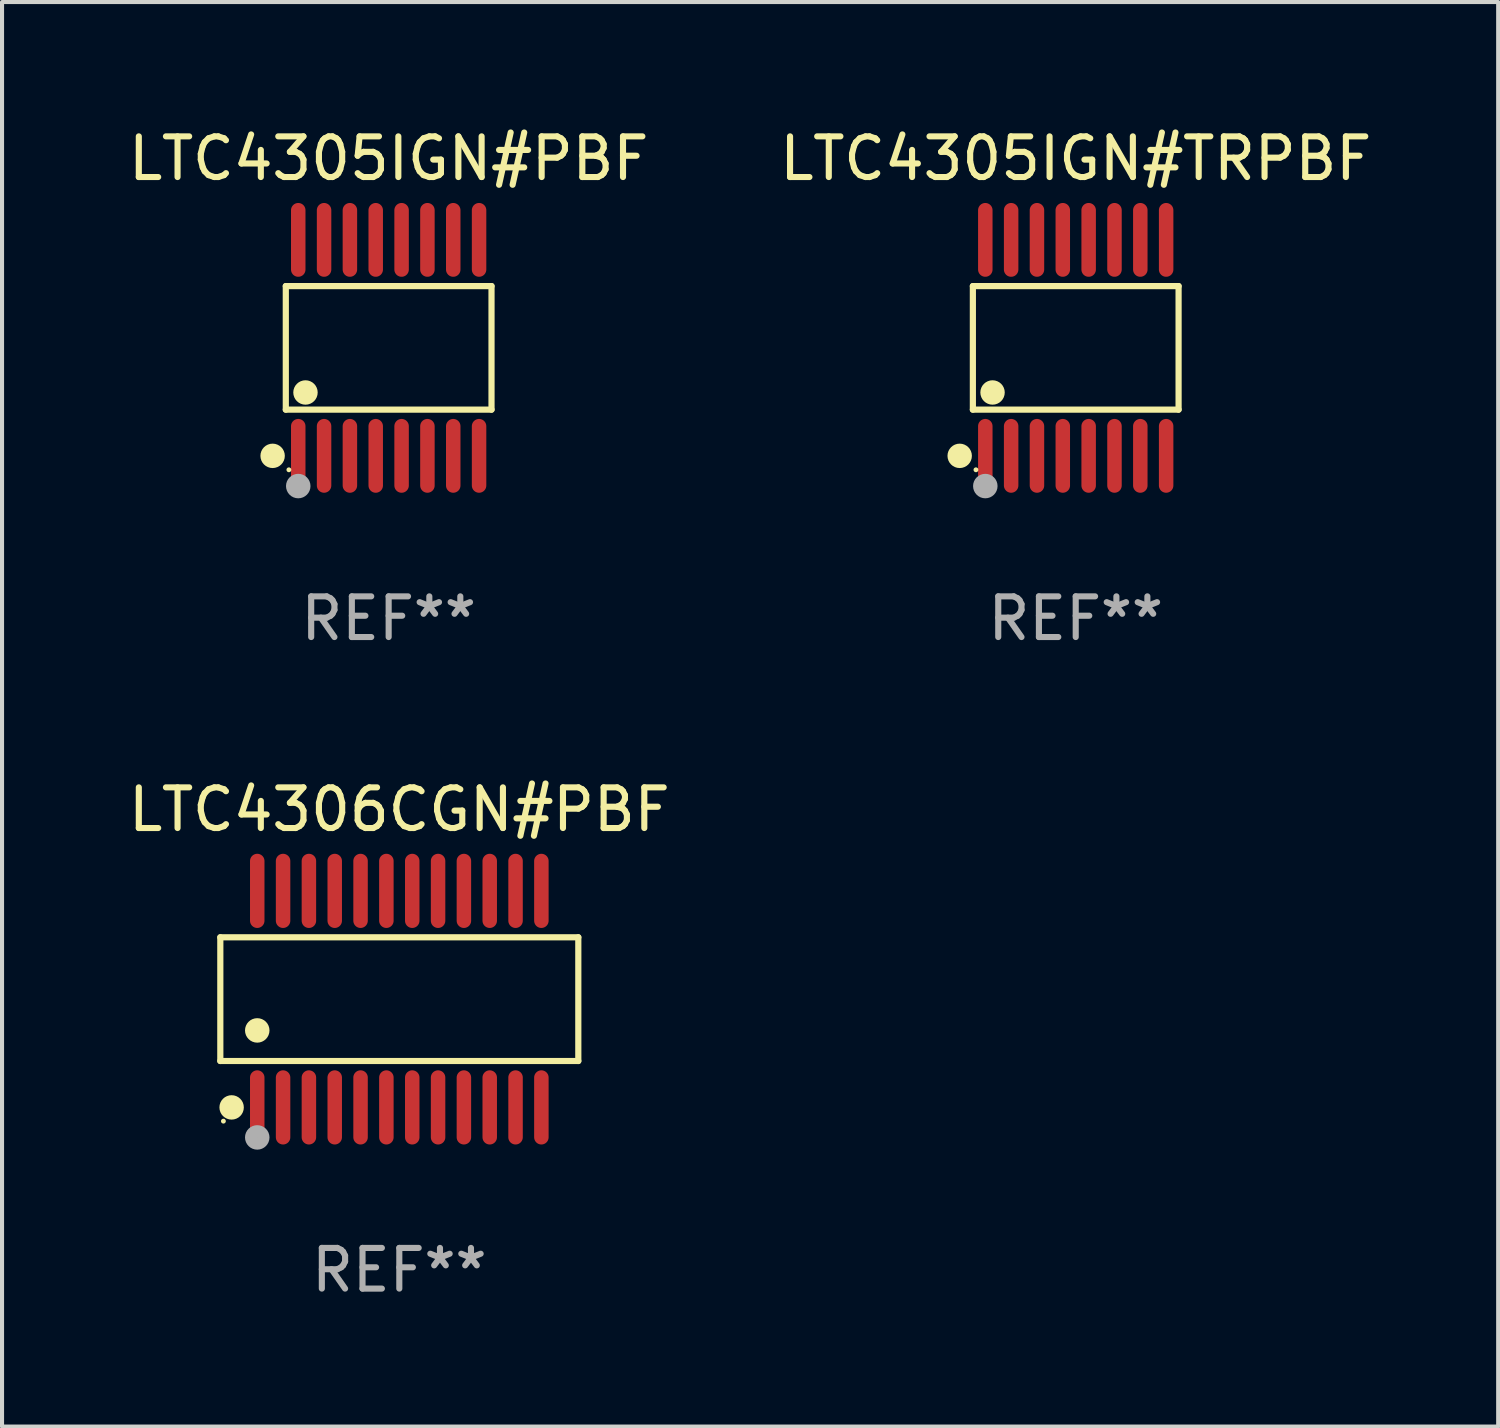
<source format=kicad_pcb>
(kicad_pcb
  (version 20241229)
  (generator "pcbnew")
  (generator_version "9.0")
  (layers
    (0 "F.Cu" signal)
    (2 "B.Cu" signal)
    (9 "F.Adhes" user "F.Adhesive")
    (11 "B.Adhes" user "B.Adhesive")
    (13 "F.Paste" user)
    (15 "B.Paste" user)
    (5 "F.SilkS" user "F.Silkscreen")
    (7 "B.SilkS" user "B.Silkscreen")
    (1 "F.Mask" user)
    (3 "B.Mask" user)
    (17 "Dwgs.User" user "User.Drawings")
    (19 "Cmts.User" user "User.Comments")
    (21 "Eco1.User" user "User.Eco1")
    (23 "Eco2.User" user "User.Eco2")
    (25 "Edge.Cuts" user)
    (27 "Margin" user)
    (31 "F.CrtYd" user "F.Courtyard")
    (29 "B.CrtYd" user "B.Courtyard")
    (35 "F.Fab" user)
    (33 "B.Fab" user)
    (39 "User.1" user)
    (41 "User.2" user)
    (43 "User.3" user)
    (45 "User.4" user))
  (footprint "LTC4305IGN#PBF"
    (layer "F.Cu")
    (at 6.506 5.503)
    (property "Reference" "LTC4305IGN#PBF" (at 0 -4.655 0) (layer "F.SilkS") (effects (font (size 1 1) (thickness 0.15))))
    (attr through_hole)
    (fp_line (start -2.529 -1.519) (end 2.529 -1.519) (stroke (width 0.152) (type solid)) (layer "F.SilkS"))
    (fp_line (start -2.529 1.519) (end -2.529 -1.519) (stroke (width 0.152) (type solid)) (layer "F.SilkS"))
    (fp_line (start 2.529 -1.519) (end 2.529 1.519) (stroke (width 0.152) (type solid)) (layer "F.SilkS"))
    (fp_line (start 2.529 1.519) (end -2.529 1.519) (stroke (width 0.152) (type solid)) (layer "F.SilkS"))
    (fp_circle (center -2.853 2.655) (end -2.703 2.655) (stroke (width 0.3) (type solid)) (fill no) (layer "F.SilkS"))
    (fp_circle (center -2.453 2.998) (end -2.423 2.998) (stroke (width 0.06) (type solid)) (fill no) (layer "F.SilkS"))
    (fp_circle (center -2.045 1.097) (end -1.895 1.097) (stroke (width 0.3) (type solid)) (fill no) (layer "F.SilkS"))
    (fp_circle (center -2.223 3.398) (end -2.072 3.398) (stroke (width 0.3) (type solid)) (fill no) (layer "F.Fab"))
    (fp_text user "REF**" (at 0 6.655 0) (layer "F.Fab") (effects (font (size 1 1) (thickness 0.15))))
    (pad "1" smd oval (at -2.223 2.655) (size 0.356 1.815) (layers "F.Cu" "F.Mask" "F.Paste"))
    (pad "2" smd oval (at -1.588 2.655) (size 0.356 1.815) (layers "F.Cu" "F.Mask" "F.Paste"))
    (pad "3" smd oval (at -0.953 2.655) (size 0.356 1.815) (layers "F.Cu" "F.Mask" "F.Paste"))
    (pad "4" smd oval (at -0.318 2.655) (size 0.356 1.815) (layers "F.Cu" "F.Mask" "F.Paste"))
    (pad "5" smd oval (at 0.318 2.655) (size 0.356 1.815) (layers "F.Cu" "F.Mask" "F.Paste"))
    (pad "6" smd oval (at 0.953 2.655) (size 0.356 1.815) (layers "F.Cu" "F.Mask" "F.Paste"))
    (pad "7" smd oval (at 1.588 2.655) (size 0.356 1.815) (layers "F.Cu" "F.Mask" "F.Paste"))
    (pad "8" smd oval (at 2.223 2.655) (size 0.356 1.815) (layers "F.Cu" "F.Mask" "F.Paste"))
    (pad "9" smd oval (at 2.223 -2.655) (size 0.356 1.815) (layers "F.Cu" "F.Mask" "F.Paste"))
    (pad "10" smd oval (at 1.588 -2.655) (size 0.356 1.815) (layers "F.Cu" "F.Mask" "F.Paste"))
    (pad "11" smd oval (at 0.953 -2.655) (size 0.356 1.815) (layers "F.Cu" "F.Mask" "F.Paste"))
    (pad "12" smd oval (at 0.318 -2.655) (size 0.356 1.815) (layers "F.Cu" "F.Mask" "F.Paste"))
    (pad "13" smd oval (at -0.318 -2.655) (size 0.356 1.815) (layers "F.Cu" "F.Mask" "F.Paste"))
    (pad "14" smd oval (at -0.953 -2.655) (size 0.356 1.815) (layers "F.Cu" "F.Mask" "F.Paste"))
    (pad "15" smd oval (at -1.588 -2.655) (size 0.356 1.815) (layers "F.Cu" "F.Mask" "F.Paste"))
    (pad "16" smd oval (at -2.223 -2.655) (size 0.356 1.815) (layers "F.Cu" "F.Mask" "F.Paste")))
  (footprint "LTC4306CGN#PBF"
    (layer "F.Cu")
    (at 6.768 21.516)
    (property "Reference" "LTC4306CGN#PBF" (at 0 -4.662 0) (layer "F.SilkS") (effects (font (size 1 1) (thickness 0.15))))
    (attr through_hole)
    (fp_line (start -4.401 -1.521) (end 4.401 -1.521) (stroke (width 0.152) (type solid)) (layer "F.SilkS"))
    (fp_line (start -4.401 1.521) (end -4.401 -1.521) (stroke (width 0.152) (type solid)) (layer "F.SilkS"))
    (fp_line (start 4.401 -1.521) (end 4.401 1.521) (stroke (width 0.152) (type solid)) (layer "F.SilkS"))
    (fp_line (start 4.401 1.521) (end -4.401 1.521) (stroke (width 0.152) (type solid)) (layer "F.SilkS"))
    (fp_circle (center -4.325 3) (end -4.295 3) (stroke (width 0.06) (type solid)) (fill no) (layer "F.SilkS"))
    (fp_circle (center -4.123 2.662) (end -3.973 2.662) (stroke (width 0.3) (type solid)) (fill no) (layer "F.SilkS"))
    (fp_circle (center -3.493 0.769) (end -3.342 0.769) (stroke (width 0.3) (type solid)) (fill no) (layer "F.SilkS"))
    (fp_circle (center -3.493 3.4) (end -3.342 3.4) (stroke (width 0.3) (type solid)) (fill no) (layer "F.Fab"))
    (fp_text user "REF**" (at 0 6.662 0) (layer "F.Fab") (effects (font (size 1 1) (thickness 0.15))))
    (pad "1" smd oval (at -3.493 2.662) (size 0.356 1.824) (layers "F.Cu" "F.Mask" "F.Paste"))
    (pad "2" smd oval (at -2.858 2.662) (size 0.356 1.824) (layers "F.Cu" "F.Mask" "F.Paste"))
    (pad "3" smd oval (at -2.223 2.662) (size 0.356 1.824) (layers "F.Cu" "F.Mask" "F.Paste"))
    (pad "4" smd oval (at -1.588 2.662) (size 0.356 1.824) (layers "F.Cu" "F.Mask" "F.Paste"))
    (pad "5" smd oval (at -0.953 2.662) (size 0.356 1.824) (layers "F.Cu" "F.Mask" "F.Paste"))
    (pad "6" smd oval (at -0.318 2.662) (size 0.356 1.824) (layers "F.Cu" "F.Mask" "F.Paste"))
    (pad "7" smd oval (at 0.318 2.662) (size 0.356 1.824) (layers "F.Cu" "F.Mask" "F.Paste"))
    (pad "8" smd oval (at 0.953 2.662) (size 0.356 1.824) (layers "F.Cu" "F.Mask" "F.Paste"))
    (pad "9" smd oval (at 1.588 2.662) (size 0.356 1.824) (layers "F.Cu" "F.Mask" "F.Paste"))
    (pad "10" smd oval (at 2.223 2.662) (size 0.356 1.824) (layers "F.Cu" "F.Mask" "F.Paste"))
    (pad "11" smd oval (at 2.858 2.662) (size 0.356 1.824) (layers "F.Cu" "F.Mask" "F.Paste"))
    (pad "12" smd oval (at 3.493 2.662) (size 0.356 1.824) (layers "F.Cu" "F.Mask" "F.Paste"))
    (pad "13" smd oval (at 3.493 -2.662) (size 0.356 1.824) (layers "F.Cu" "F.Mask" "F.Paste"))
    (pad "14" smd oval (at 2.858 -2.662) (size 0.356 1.824) (layers "F.Cu" "F.Mask" "F.Paste"))
    (pad "15" smd oval (at 2.223 -2.662) (size 0.356 1.824) (layers "F.Cu" "F.Mask" "F.Paste"))
    (pad "16" smd oval (at 1.588 -2.662) (size 0.356 1.824) (layers "F.Cu" "F.Mask" "F.Paste"))
    (pad "17" smd oval (at 0.953 -2.662) (size 0.356 1.824) (layers "F.Cu" "F.Mask" "F.Paste"))
    (pad "18" smd oval (at 0.318 -2.662) (size 0.356 1.824) (layers "F.Cu" "F.Mask" "F.Paste"))
    (pad "19" smd oval (at -0.318 -2.662) (size 0.356 1.824) (layers "F.Cu" "F.Mask" "F.Paste"))
    (pad "20" smd oval (at -0.953 -2.662) (size 0.356 1.824) (layers "F.Cu" "F.Mask" "F.Paste"))
    (pad "21" smd oval (at -1.588 -2.662) (size 0.356 1.824) (layers "F.Cu" "F.Mask" "F.Paste"))
    (pad "22" smd oval (at -2.223 -2.662) (size 0.356 1.824) (layers "F.Cu" "F.Mask" "F.Paste"))
    (pad "23" smd oval (at -2.858 -2.662) (size 0.356 1.824) (layers "F.Cu" "F.Mask" "F.Paste"))
    (pad "24" smd oval (at -3.493 -2.662) (size 0.356 1.824) (layers "F.Cu" "F.Mask" "F.Paste")))
  (footprint "LTC4305IGN#TRPBF"
    (layer "F.Cu")
    (at 23.399 5.503)
    (property "Reference" "LTC4305IGN#TRPBF" (at 0 -4.655 0) (layer "F.SilkS") (effects (font (size 1 1) (thickness 0.15))))
    (attr through_hole)
    (fp_line (start -2.529 -1.519) (end 2.529 -1.519) (stroke (width 0.152) (type solid)) (layer "F.SilkS"))
    (fp_line (start -2.529 1.519) (end -2.529 -1.519) (stroke (width 0.152) (type solid)) (layer "F.SilkS"))
    (fp_line (start 2.529 -1.519) (end 2.529 1.519) (stroke (width 0.152) (type solid)) (layer "F.SilkS"))
    (fp_line (start 2.529 1.519) (end -2.529 1.519) (stroke (width 0.152) (type solid)) (layer "F.SilkS"))
    (fp_circle (center -2.853 2.655) (end -2.703 2.655) (stroke (width 0.3) (type solid)) (fill no) (layer "F.SilkS"))
    (fp_circle (center -2.453 2.998) (end -2.423 2.998) (stroke (width 0.06) (type solid)) (fill no) (layer "F.SilkS"))
    (fp_circle (center -2.045 1.097) (end -1.895 1.097) (stroke (width 0.3) (type solid)) (fill no) (layer "F.SilkS"))
    (fp_circle (center -2.223 3.398) (end -2.072 3.398) (stroke (width 0.3) (type solid)) (fill no) (layer "F.Fab"))
    (fp_text user "REF**" (at 0 6.655 0) (layer "F.Fab") (effects (font (size 1 1) (thickness 0.15))))
    (pad "1" smd oval (at -2.223 2.655) (size 0.356 1.815) (layers "F.Cu" "F.Mask" "F.Paste"))
    (pad "2" smd oval (at -1.588 2.655) (size 0.356 1.815) (layers "F.Cu" "F.Mask" "F.Paste"))
    (pad "3" smd oval (at -0.953 2.655) (size 0.356 1.815) (layers "F.Cu" "F.Mask" "F.Paste"))
    (pad "4" smd oval (at -0.318 2.655) (size 0.356 1.815) (layers "F.Cu" "F.Mask" "F.Paste"))
    (pad "5" smd oval (at 0.318 2.655) (size 0.356 1.815) (layers "F.Cu" "F.Mask" "F.Paste"))
    (pad "6" smd oval (at 0.953 2.655) (size 0.356 1.815) (layers "F.Cu" "F.Mask" "F.Paste"))
    (pad "7" smd oval (at 1.588 2.655) (size 0.356 1.815) (layers "F.Cu" "F.Mask" "F.Paste"))
    (pad "8" smd oval (at 2.223 2.655) (size 0.356 1.815) (layers "F.Cu" "F.Mask" "F.Paste"))
    (pad "9" smd oval (at 2.223 -2.655) (size 0.356 1.815) (layers "F.Cu" "F.Mask" "F.Paste"))
    (pad "10" smd oval (at 1.588 -2.655) (size 0.356 1.815) (layers "F.Cu" "F.Mask" "F.Paste"))
    (pad "11" smd oval (at 0.953 -2.655) (size 0.356 1.815) (layers "F.Cu" "F.Mask" "F.Paste"))
    (pad "12" smd oval (at 0.318 -2.655) (size 0.356 1.815) (layers "F.Cu" "F.Mask" "F.Paste"))
    (pad "13" smd oval (at -0.318 -2.655) (size 0.356 1.815) (layers "F.Cu" "F.Mask" "F.Paste"))
    (pad "14" smd oval (at -0.953 -2.655) (size 0.356 1.815) (layers "F.Cu" "F.Mask" "F.Paste"))
    (pad "15" smd oval (at -1.588 -2.655) (size 0.356 1.815) (layers "F.Cu" "F.Mask" "F.Paste"))
    (pad "16" smd oval (at -2.223 -2.655) (size 0.356 1.815) (layers "F.Cu" "F.Mask" "F.Paste")))
  (gr_rect
    (start -3 -3)
    (end 33.786 32.026)
    (stroke (width 0.1) (type default))
    (fill no)
    (layer "Edge.Cuts")))
</source>
